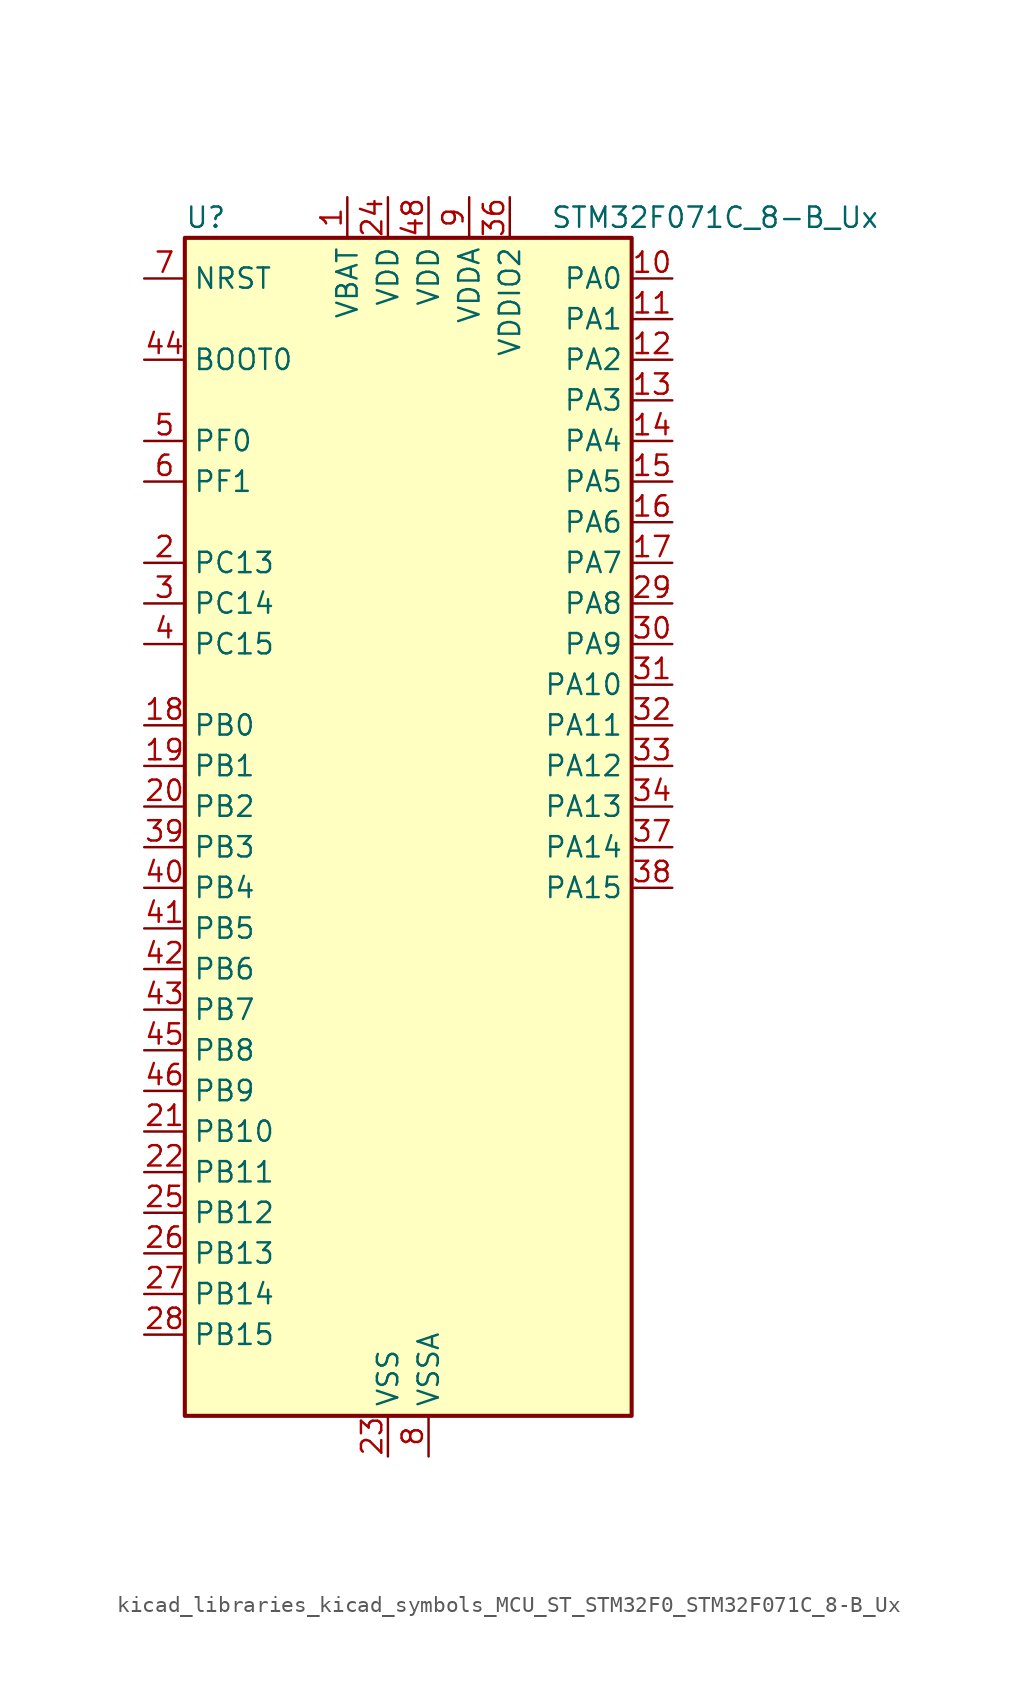
<source format=kicad_sym>
(kicad_symbol_lib
  (version 20220914)
  (generator kicad_symbol_editor)
  (symbol "kicad_libraries_kicad_symbols_MCU_ST_STM32F0_STM32F071C_8-B_Ux"
    (property "Reference" "U"
      (at -12.7 39.37 0)
      (effects (font (size 1.27 1.27)) (justify left)))
    (property "Value" "STM32F071C_8-B_Ux"
      (at 10.16 39.37 0)
      (effects (font (size 1.27 1.27)) (justify left)))
    (property "ki_locked" ""
      (at 0 0 0)
      (effects (font (size 1.27 1.27))))
    (symbol "kicad_libraries_kicad_symbols_MCU_ST_STM32F0_STM32F071C_8-B_Ux_0_1"
      (rectangle (start -12.7 -35.56) (end 15.24 38.1) (stroke (width 0.254) (type default)) (fill (type background))))
    (symbol "kicad_libraries_kicad_symbols_MCU_ST_STM32F0_STM32F071C_8-B_Ux_1_1"
      (pin power_in line (at -2.54 40.64 270) (length 2.54) (name "VBAT" (effects (font (size 1.27 1.27)))) (number "1" (effects (font (size 1.27 1.27)))))
      (pin bidirectional line (at 17.78 35.56 180) (length 2.54) (name "PA0" (effects (font (size 1.27 1.27)))) (number "10" (effects (font (size 1.27 1.27)))) (alternate "ADC_IN0" bidirectional line) (alternate "COMP1_INM" bidirectional line) (alternate "COMP1_OUT" bidirectional line) (alternate "RTC_TAMP2" bidirectional line) (alternate "SYS_WKUP1" bidirectional line) (alternate "TIM2_CH1" bidirectional line) (alternate "TIM2_ETR" bidirectional line) (alternate "TSC_G1_IO1" bidirectional line) (alternate "USART2_CTS" bidirectional line) (alternate "USART4_TX" bidirectional line))
      (pin bidirectional line (at 17.78 33.02 180) (length 2.54) (name "PA1" (effects (font (size 1.27 1.27)))) (number "11" (effects (font (size 1.27 1.27)))) (alternate "ADC_IN1" bidirectional line) (alternate "COMP1_INP" bidirectional line) (alternate "TIM15_CH1N" bidirectional line) (alternate "TIM2_CH2" bidirectional line) (alternate "TSC_G1_IO2" bidirectional line) (alternate "USART2_DE" bidirectional line) (alternate "USART2_RTS" bidirectional line) (alternate "USART4_RX" bidirectional line))
      (pin bidirectional line (at 17.78 30.48 180) (length 2.54) (name "PA2" (effects (font (size 1.27 1.27)))) (number "12" (effects (font (size 1.27 1.27)))) (alternate "ADC_IN2" bidirectional line) (alternate "COMP2_INM" bidirectional line) (alternate "COMP2_OUT" bidirectional line) (alternate "SYS_WKUP4" bidirectional line) (alternate "TIM15_CH1" bidirectional line) (alternate "TIM2_CH3" bidirectional line) (alternate "TSC_G1_IO3" bidirectional line) (alternate "USART2_TX" bidirectional line))
      (pin bidirectional line (at 17.78 27.94 180) (length 2.54) (name "PA3" (effects (font (size 1.27 1.27)))) (number "13" (effects (font (size 1.27 1.27)))) (alternate "ADC_IN3" bidirectional line) (alternate "COMP2_INP" bidirectional line) (alternate "TIM15_CH2" bidirectional line) (alternate "TIM2_CH4" bidirectional line) (alternate "TSC_G1_IO4" bidirectional line) (alternate "USART2_RX" bidirectional line))
      (pin bidirectional line (at 17.78 25.4 180) (length 2.54) (name "PA4" (effects (font (size 1.27 1.27)))) (number "14" (effects (font (size 1.27 1.27)))) (alternate "ADC_IN4" bidirectional line) (alternate "COMP1_INM" bidirectional line) (alternate "COMP2_INM" bidirectional line) (alternate "DAC_OUT1" bidirectional line) (alternate "I2S1_WS" bidirectional line) (alternate "SPI1_NSS" bidirectional line) (alternate "TIM14_CH1" bidirectional line) (alternate "TSC_G2_IO1" bidirectional line) (alternate "USART2_CK" bidirectional line))
      (pin bidirectional line (at 17.78 22.86 180) (length 2.54) (name "PA5" (effects (font (size 1.27 1.27)))) (number "15" (effects (font (size 1.27 1.27)))) (alternate "ADC_IN5" bidirectional line) (alternate "CEC" bidirectional line) (alternate "COMP1_INM" bidirectional line) (alternate "COMP2_INM" bidirectional line) (alternate "DAC_OUT2" bidirectional line) (alternate "I2S1_CK" bidirectional line) (alternate "SPI1_SCK" bidirectional line) (alternate "TIM2_CH1" bidirectional line) (alternate "TIM2_ETR" bidirectional line) (alternate "TSC_G2_IO2" bidirectional line))
      (pin bidirectional line (at 17.78 20.32 180) (length 2.54) (name "PA6" (effects (font (size 1.27 1.27)))) (number "16" (effects (font (size 1.27 1.27)))) (alternate "ADC_IN6" bidirectional line) (alternate "COMP1_OUT" bidirectional line) (alternate "I2S1_MCK" bidirectional line) (alternate "SPI1_MISO" bidirectional line) (alternate "TIM16_CH1" bidirectional line) (alternate "TIM1_BKIN" bidirectional line) (alternate "TIM3_CH1" bidirectional line) (alternate "TSC_G2_IO3" bidirectional line) (alternate "USART3_CTS" bidirectional line))
      (pin bidirectional line (at 17.78 17.78 180) (length 2.54) (name "PA7" (effects (font (size 1.27 1.27)))) (number "17" (effects (font (size 1.27 1.27)))) (alternate "ADC_IN7" bidirectional line) (alternate "COMP2_OUT" bidirectional line) (alternate "I2S1_SD" bidirectional line) (alternate "SPI1_MOSI" bidirectional line) (alternate "TIM14_CH1" bidirectional line) (alternate "TIM17_CH1" bidirectional line) (alternate "TIM1_CH1N" bidirectional line) (alternate "TIM3_CH2" bidirectional line) (alternate "TSC_G2_IO4" bidirectional line))
      (pin bidirectional line (at -15.24 7.62 0) (length 2.54) (name "PB0" (effects (font (size 1.27 1.27)))) (number "18" (effects (font (size 1.27 1.27)))) (alternate "ADC_IN8" bidirectional line) (alternate "TIM1_CH2N" bidirectional line) (alternate "TIM3_CH3" bidirectional line) (alternate "TSC_G3_IO2" bidirectional line) (alternate "USART3_CK" bidirectional line))
      (pin bidirectional line (at -15.24 5.08 0) (length 2.54) (name "PB1" (effects (font (size 1.27 1.27)))) (number "19" (effects (font (size 1.27 1.27)))) (alternate "ADC_IN9" bidirectional line) (alternate "TIM14_CH1" bidirectional line) (alternate "TIM1_CH3N" bidirectional line) (alternate "TIM3_CH4" bidirectional line) (alternate "TSC_G3_IO3" bidirectional line) (alternate "USART3_DE" bidirectional line) (alternate "USART3_RTS" bidirectional line))
      (pin bidirectional line (at -15.24 17.78 0) (length 2.54) (name "PC13" (effects (font (size 1.27 1.27)))) (number "2" (effects (font (size 1.27 1.27)))) (alternate "RTC_OUT_ALARM" bidirectional line) (alternate "RTC_OUT_CALIB" bidirectional line) (alternate "RTC_TAMP1" bidirectional line) (alternate "RTC_TS" bidirectional line) (alternate "SYS_WKUP2" bidirectional line))
      (pin bidirectional line (at -15.24 2.54 0) (length 2.54) (name "PB2" (effects (font (size 1.27 1.27)))) (number "20" (effects (font (size 1.27 1.27)))) (alternate "TSC_G3_IO4" bidirectional line))
      (pin bidirectional line (at -15.24 -17.78 0) (length 2.54) (name "PB10" (effects (font (size 1.27 1.27)))) (number "21" (effects (font (size 1.27 1.27)))) (alternate "CEC" bidirectional line) (alternate "I2C2_SCL" bidirectional line) (alternate "I2S2_CK" bidirectional line) (alternate "SPI2_SCK" bidirectional line) (alternate "TIM2_CH3" bidirectional line) (alternate "TSC_SYNC" bidirectional line) (alternate "USART3_TX" bidirectional line))
      (pin bidirectional line (at -15.24 -20.32 0) (length 2.54) (name "PB11" (effects (font (size 1.27 1.27)))) (number "22" (effects (font (size 1.27 1.27)))) (alternate "I2C2_SDA" bidirectional line) (alternate "TIM2_CH4" bidirectional line) (alternate "TSC_G6_IO1" bidirectional line) (alternate "USART3_RX" bidirectional line))
      (pin power_in line (at 0 -38.1 90) (length 2.54) (name "VSS" (effects (font (size 1.27 1.27)))) (number "23" (effects (font (size 1.27 1.27)))))
      (pin power_in line (at 0 40.64 270) (length 2.54) (name "VDD" (effects (font (size 1.27 1.27)))) (number "24" (effects (font (size 1.27 1.27)))))
      (pin bidirectional line (at -15.24 -22.86 0) (length 2.54) (name "PB12" (effects (font (size 1.27 1.27)))) (number "25" (effects (font (size 1.27 1.27)))) (alternate "I2S2_WS" bidirectional line) (alternate "SPI2_NSS" bidirectional line) (alternate "TIM15_BKIN" bidirectional line) (alternate "TIM1_BKIN" bidirectional line) (alternate "TSC_G6_IO2" bidirectional line) (alternate "USART3_CK" bidirectional line))
      (pin bidirectional line (at -15.24 -25.4 0) (length 2.54) (name "PB13" (effects (font (size 1.27 1.27)))) (number "26" (effects (font (size 1.27 1.27)))) (alternate "I2C2_SCL" bidirectional line) (alternate "I2S2_CK" bidirectional line) (alternate "SPI2_SCK" bidirectional line) (alternate "TIM1_CH1N" bidirectional line) (alternate "TSC_G6_IO3" bidirectional line) (alternate "USART3_CTS" bidirectional line))
      (pin bidirectional line (at -15.24 -27.94 0) (length 2.54) (name "PB14" (effects (font (size 1.27 1.27)))) (number "27" (effects (font (size 1.27 1.27)))) (alternate "I2C2_SDA" bidirectional line) (alternate "I2S2_MCK" bidirectional line) (alternate "SPI2_MISO" bidirectional line) (alternate "TIM15_CH1" bidirectional line) (alternate "TIM1_CH2N" bidirectional line) (alternate "TSC_G6_IO4" bidirectional line) (alternate "USART3_DE" bidirectional line) (alternate "USART3_RTS" bidirectional line))
      (pin bidirectional line (at -15.24 -30.48 0) (length 2.54) (name "PB15" (effects (font (size 1.27 1.27)))) (number "28" (effects (font (size 1.27 1.27)))) (alternate "I2S2_SD" bidirectional line) (alternate "RTC_REFIN" bidirectional line) (alternate "SPI2_MOSI" bidirectional line) (alternate "SYS_WKUP7" bidirectional line) (alternate "TIM15_CH1N" bidirectional line) (alternate "TIM15_CH2" bidirectional line) (alternate "TIM1_CH3N" bidirectional line))
      (pin bidirectional line (at 17.78 15.24 180) (length 2.54) (name "PA8" (effects (font (size 1.27 1.27)))) (number "29" (effects (font (size 1.27 1.27)))) (alternate "CRS_SYNC" bidirectional line) (alternate "RCC_MCO" bidirectional line) (alternate "TIM1_CH1" bidirectional line) (alternate "USART1_CK" bidirectional line))
      (pin bidirectional line (at -15.24 15.24 0) (length 2.54) (name "PC14" (effects (font (size 1.27 1.27)))) (number "3" (effects (font (size 1.27 1.27)))) (alternate "RCC_OSC32_IN" bidirectional line))
      (pin bidirectional line (at 17.78 12.7 180) (length 2.54) (name "PA9" (effects (font (size 1.27 1.27)))) (number "30" (effects (font (size 1.27 1.27)))) (alternate "DAC_EXTI9" bidirectional line) (alternate "TIM15_BKIN" bidirectional line) (alternate "TIM1_CH2" bidirectional line) (alternate "TSC_G4_IO1" bidirectional line) (alternate "USART1_TX" bidirectional line))
      (pin bidirectional line (at 17.78 10.16 180) (length 2.54) (name "PA10" (effects (font (size 1.27 1.27)))) (number "31" (effects (font (size 1.27 1.27)))) (alternate "TIM17_BKIN" bidirectional line) (alternate "TIM1_CH3" bidirectional line) (alternate "TSC_G4_IO2" bidirectional line) (alternate "USART1_RX" bidirectional line))
      (pin bidirectional line (at 17.78 7.62 180) (length 2.54) (name "PA11" (effects (font (size 1.27 1.27)))) (number "32" (effects (font (size 1.27 1.27)))) (alternate "COMP1_OUT" bidirectional line) (alternate "TIM1_CH4" bidirectional line) (alternate "TSC_G4_IO3" bidirectional line) (alternate "USART1_CTS" bidirectional line))
      (pin bidirectional line (at 17.78 5.08 180) (length 2.54) (name "PA12" (effects (font (size 1.27 1.27)))) (number "33" (effects (font (size 1.27 1.27)))) (alternate "COMP2_OUT" bidirectional line) (alternate "TIM1_ETR" bidirectional line) (alternate "TSC_G4_IO4" bidirectional line) (alternate "USART1_DE" bidirectional line) (alternate "USART1_RTS" bidirectional line))
      (pin bidirectional line (at 17.78 2.54 180) (length 2.54) (name "PA13" (effects (font (size 1.27 1.27)))) (number "34" (effects (font (size 1.27 1.27)))) (alternate "IR_OUT" bidirectional line) (alternate "SYS_SWDIO" bidirectional line))
      (pin passive line (at 0 -38.1 90) (length 2.54) hide (name "VSS" (effects (font (size 1.27 1.27)))) (number "35" (effects (font (size 1.27 1.27)))))
      (pin power_in line (at 7.62 40.64 270) (length 2.54) (name "VDDIO2" (effects (font (size 1.27 1.27)))) (number "36" (effects (font (size 1.27 1.27)))))
      (pin bidirectional line (at 17.78 0 180) (length 2.54) (name "PA14" (effects (font (size 1.27 1.27)))) (number "37" (effects (font (size 1.27 1.27)))) (alternate "SYS_SWCLK" bidirectional line) (alternate "USART2_TX" bidirectional line))
      (pin bidirectional line (at 17.78 -2.54 180) (length 2.54) (name "PA15" (effects (font (size 1.27 1.27)))) (number "38" (effects (font (size 1.27 1.27)))) (alternate "I2S1_WS" bidirectional line) (alternate "SPI1_NSS" bidirectional line) (alternate "TIM2_CH1" bidirectional line) (alternate "TIM2_ETR" bidirectional line) (alternate "USART2_RX" bidirectional line) (alternate "USART4_DE" bidirectional line) (alternate "USART4_RTS" bidirectional line))
      (pin bidirectional line (at -15.24 0 0) (length 2.54) (name "PB3" (effects (font (size 1.27 1.27)))) (number "39" (effects (font (size 1.27 1.27)))) (alternate "I2S1_CK" bidirectional line) (alternate "SPI1_SCK" bidirectional line) (alternate "TIM2_CH2" bidirectional line) (alternate "TSC_G5_IO1" bidirectional line))
      (pin bidirectional line (at -15.24 12.7 0) (length 2.54) (name "PC15" (effects (font (size 1.27 1.27)))) (number "4" (effects (font (size 1.27 1.27)))) (alternate "RCC_OSC32_OUT" bidirectional line))
      (pin bidirectional line (at -15.24 -2.54 0) (length 2.54) (name "PB4" (effects (font (size 1.27 1.27)))) (number "40" (effects (font (size 1.27 1.27)))) (alternate "I2S1_MCK" bidirectional line) (alternate "SPI1_MISO" bidirectional line) (alternate "TIM17_BKIN" bidirectional line) (alternate "TIM3_CH1" bidirectional line) (alternate "TSC_G5_IO2" bidirectional line))
      (pin bidirectional line (at -15.24 -5.08 0) (length 2.54) (name "PB5" (effects (font (size 1.27 1.27)))) (number "41" (effects (font (size 1.27 1.27)))) (alternate "I2C1_SMBA" bidirectional line) (alternate "I2S1_SD" bidirectional line) (alternate "SPI1_MOSI" bidirectional line) (alternate "SYS_WKUP6" bidirectional line) (alternate "TIM16_BKIN" bidirectional line) (alternate "TIM3_CH2" bidirectional line))
      (pin bidirectional line (at -15.24 -7.62 0) (length 2.54) (name "PB6" (effects (font (size 1.27 1.27)))) (number "42" (effects (font (size 1.27 1.27)))) (alternate "I2C1_SCL" bidirectional line) (alternate "TIM16_CH1N" bidirectional line) (alternate "TSC_G5_IO3" bidirectional line) (alternate "USART1_TX" bidirectional line))
      (pin bidirectional line (at -15.24 -10.16 0) (length 2.54) (name "PB7" (effects (font (size 1.27 1.27)))) (number "43" (effects (font (size 1.27 1.27)))) (alternate "I2C1_SDA" bidirectional line) (alternate "TIM17_CH1N" bidirectional line) (alternate "TSC_G5_IO4" bidirectional line) (alternate "USART1_RX" bidirectional line) (alternate "USART4_CTS" bidirectional line))
      (pin input line (at -15.24 30.48 0) (length 2.54) (name "BOOT0" (effects (font (size 1.27 1.27)))) (number "44" (effects (font (size 1.27 1.27)))))
      (pin bidirectional line (at -15.24 -12.7 0) (length 2.54) (name "PB8" (effects (font (size 1.27 1.27)))) (number "45" (effects (font (size 1.27 1.27)))) (alternate "CEC" bidirectional line) (alternate "I2C1_SCL" bidirectional line) (alternate "TIM16_CH1" bidirectional line) (alternate "TSC_SYNC" bidirectional line))
      (pin bidirectional line (at -15.24 -15.24 0) (length 2.54) (name "PB9" (effects (font (size 1.27 1.27)))) (number "46" (effects (font (size 1.27 1.27)))) (alternate "DAC_EXTI9" bidirectional line) (alternate "I2C1_SDA" bidirectional line) (alternate "I2S2_WS" bidirectional line) (alternate "IR_OUT" bidirectional line) (alternate "SPI2_NSS" bidirectional line) (alternate "TIM17_CH1" bidirectional line))
      (pin passive line (at 0 -38.1 90) (length 2.54) hide (name "VSS" (effects (font (size 1.27 1.27)))) (number "47" (effects (font (size 1.27 1.27)))))
      (pin power_in line (at 2.54 40.64 270) (length 2.54) (name "VDD" (effects (font (size 1.27 1.27)))) (number "48" (effects (font (size 1.27 1.27)))))
      (pin passive line (at 0 -38.1 90) (length 2.54) hide (name "VSS" (effects (font (size 1.27 1.27)))) (number "49" (effects (font (size 1.27 1.27)))))
      (pin bidirectional line (at -15.24 25.4 0) (length 2.54) (name "PF0" (effects (font (size 1.27 1.27)))) (number "5" (effects (font (size 1.27 1.27)))) (alternate "CRS_SYNC" bidirectional line) (alternate "RCC_OSC_IN" bidirectional line))
      (pin bidirectional line (at -15.24 22.86 0) (length 2.54) (name "PF1" (effects (font (size 1.27 1.27)))) (number "6" (effects (font (size 1.27 1.27)))) (alternate "RCC_OSC_OUT" bidirectional line))
      (pin input line (at -15.24 35.56 0) (length 2.54) (name "NRST" (effects (font (size 1.27 1.27)))) (number "7" (effects (font (size 1.27 1.27)))))
      (pin power_in line (at 2.54 -38.1 90) (length 2.54) (name "VSSA" (effects (font (size 1.27 1.27)))) (number "8" (effects (font (size 1.27 1.27)))))
      (pin power_in line (at 5.08 40.64 270) (length 2.54) (name "VDDA" (effects (font (size 1.27 1.27)))) (number "9" (effects (font (size 1.27 1.27))))))))
</source>
